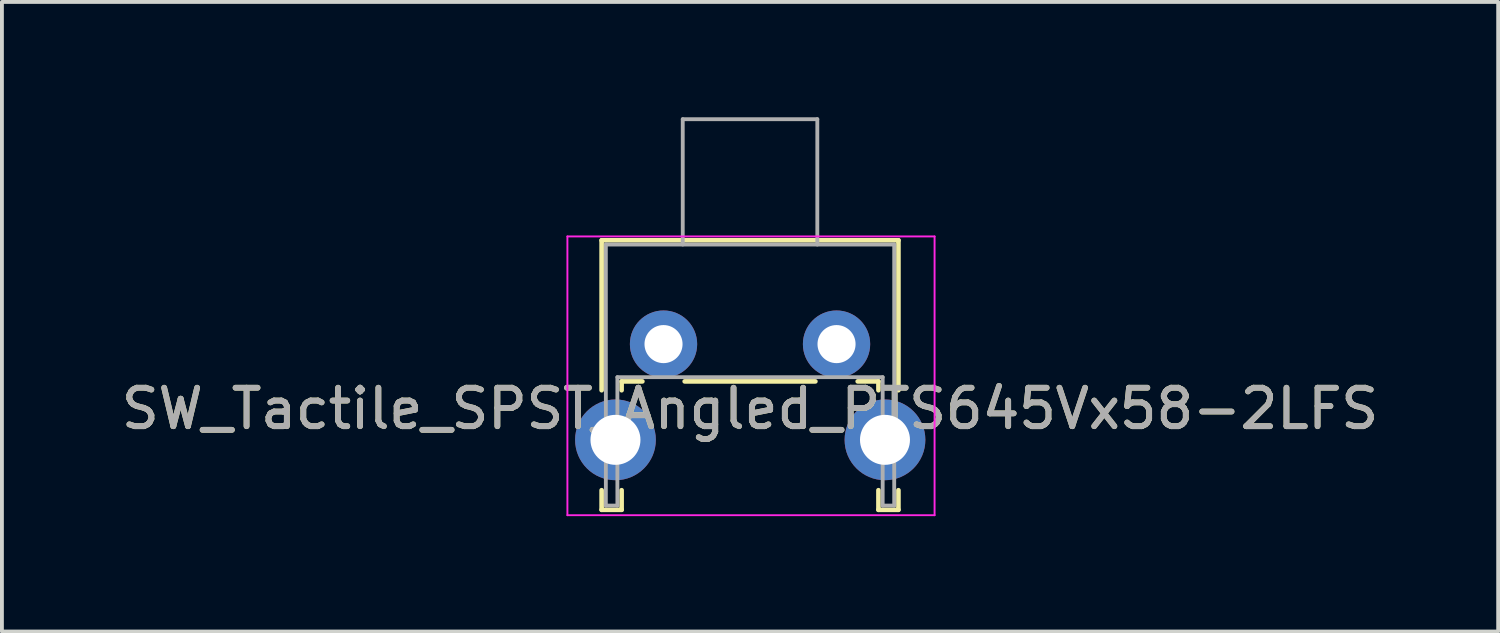
<source format=kicad_pcb>
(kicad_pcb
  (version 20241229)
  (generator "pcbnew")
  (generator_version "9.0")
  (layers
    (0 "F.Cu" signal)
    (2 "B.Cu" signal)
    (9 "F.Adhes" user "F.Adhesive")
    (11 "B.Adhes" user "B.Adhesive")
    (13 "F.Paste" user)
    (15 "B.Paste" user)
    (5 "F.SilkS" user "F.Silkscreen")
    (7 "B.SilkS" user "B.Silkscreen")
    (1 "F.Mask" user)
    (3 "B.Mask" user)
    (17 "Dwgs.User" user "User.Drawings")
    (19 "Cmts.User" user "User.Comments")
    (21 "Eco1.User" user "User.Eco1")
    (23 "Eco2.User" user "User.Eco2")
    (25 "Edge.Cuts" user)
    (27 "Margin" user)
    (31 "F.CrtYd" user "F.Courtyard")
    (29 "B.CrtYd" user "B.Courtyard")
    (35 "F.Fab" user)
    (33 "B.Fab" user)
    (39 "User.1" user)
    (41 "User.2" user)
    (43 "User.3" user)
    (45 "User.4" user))
  (footprint "SW_Tactile_SPST_Angled_PTS645Vx58-2LFS"
    (layer "F.Cu")
    (at 14.208 5.9)
    (property "Reference" "SW_Tactile_SPST_Angled_PTS645Vx58-2LFS" (at 2.25 1.68 0) (layer "F.SilkS") (effects (font (size 1 1) (thickness 0.15))))
    (attr through_hole)
    (fp_line (start -1.61 -2.7) (end -1.61 1.2) (stroke (width 0.12) (type solid)) (layer "F.SilkS"))
    (fp_line (start -1.61 -2.7) (end 6.11 -2.7) (stroke (width 0.12) (type solid)) (layer "F.SilkS"))
    (fp_line (start -1.61 3.8) (end -1.61 4.31) (stroke (width 0.12) (type solid)) (layer "F.SilkS"))
    (fp_line (start -1.61 4.31) (end -1.09 4.31) (stroke (width 0.12) (type solid)) (layer "F.SilkS"))
    (fp_line (start -1.09 0.97) (end -1.09 1.2) (stroke (width 0.12) (type solid)) (layer "F.SilkS"))
    (fp_line (start -1.09 0.97) (end -0.55 0.97) (stroke (width 0.12) (type solid)) (layer "F.SilkS"))
    (fp_line (start -1.09 3.8) (end -1.09 4.31) (stroke (width 0.12) (type solid)) (layer "F.SilkS"))
    (fp_line (start 0.55 0.97) (end 3.95 0.97) (stroke (width 0.12) (type solid)) (layer "F.SilkS"))
    (fp_line (start 5.05 0.97) (end 5.59 0.97) (stroke (width 0.12) (type solid)) (layer "F.SilkS"))
    (fp_line (start 5.59 0.97) (end 5.59 1.2) (stroke (width 0.12) (type solid)) (layer "F.SilkS"))
    (fp_line (start 5.59 3.8) (end 5.59 4.31) (stroke (width 0.12) (type solid)) (layer "F.SilkS"))
    (fp_line (start 5.59 4.31) (end 6.11 4.31) (stroke (width 0.12) (type solid)) (layer "F.SilkS"))
    (fp_line (start 6.11 -2.7) (end 6.11 1.2) (stroke (width 0.12) (type solid)) (layer "F.SilkS"))
    (fp_line (start 6.11 3.8) (end 6.11 4.31) (stroke (width 0.12) (type solid)) (layer "F.SilkS"))
    (fp_line (start -2.5 -2.8) (end 7.05 -2.8) (stroke (width 0.05) (type solid)) (layer "F.CrtYd"))
    (fp_line (start -2.5 4.45) (end -2.5 -2.8) (stroke (width 0.05) (type solid)) (layer "F.CrtYd"))
    (fp_line (start 7.05 -2.8) (end 7.05 4.45) (stroke (width 0.05) (type solid)) (layer "F.CrtYd"))
    (fp_line (start 7.05 4.45) (end -2.5 4.45) (stroke (width 0.05) (type solid)) (layer "F.CrtYd"))
    (fp_line (start -1.5 -2.59) (end 6 -2.59) (stroke (width 0.1) (type solid)) (layer "F.Fab"))
    (fp_line (start -1.5 4.2) (end -1.5 -2.59) (stroke (width 0.1) (type solid)) (layer "F.Fab"))
    (fp_line (start -1.5 4.2) (end -1.2 4.2) (stroke (width 0.1) (type solid)) (layer "F.Fab"))
    (fp_line (start -1.2 0.86) (end 5.7 0.86) (stroke (width 0.1) (type solid)) (layer "F.Fab"))
    (fp_line (start -1.2 4.2) (end -1.2 0.86) (stroke (width 0.1) (type solid)) (layer "F.Fab"))
    (fp_line (start 0.5 -5.85) (end 0.5 -2.59) (stroke (width 0.1) (type solid)) (layer "F.Fab"))
    (fp_line (start 0.5 -5.85) (end 4 -5.85) (stroke (width 0.1) (type solid)) (layer "F.Fab"))
    (fp_line (start 4 -5.85) (end 4 -2.59) (stroke (width 0.1) (type solid)) (layer "F.Fab"))
    (fp_line (start 5.7 4.2) (end 5.7 0.86) (stroke (width 0.1) (type solid)) (layer "F.Fab"))
    (fp_line (start 5.7 4.2) (end 6 4.2) (stroke (width 0.1) (type solid)) (layer "F.Fab"))
    (fp_line (start 6 4.2) (end 6 -2.59) (stroke (width 0.1) (type solid)) (layer "F.Fab"))
    (fp_text user "${REFERENCE}" (at 2.25 1.68 0) (layer "F.Fab") (effects (font (size 1 1) (thickness 0.15))))
    (pad "1" thru_hole circle (at 0 0) (size 1.75 1.75) (drill 0.99) (layers "*.Cu" "*.Mask"))
    (pad "2" thru_hole circle (at 4.5 0) (size 1.75 1.75) (drill 0.99) (layers "*.Cu" "*.Mask"))
    (pad "3" thru_hole circle (at -1.25 2.49) (size 2.1 2.1) (drill 1.3) (layers "*.Cu" "*.Mask"))
    (pad "4" thru_hole circle (at 5.76 2.49) (size 2.1 2.1) (drill 1.3) (layers "*.Cu" "*.Mask")))
  (gr_rect
    (start -3 -3)
    (end 35.917 13.375)
    (stroke (width 0.1) (type default))
    (fill no)
    (layer "Edge.Cuts")))
</source>
